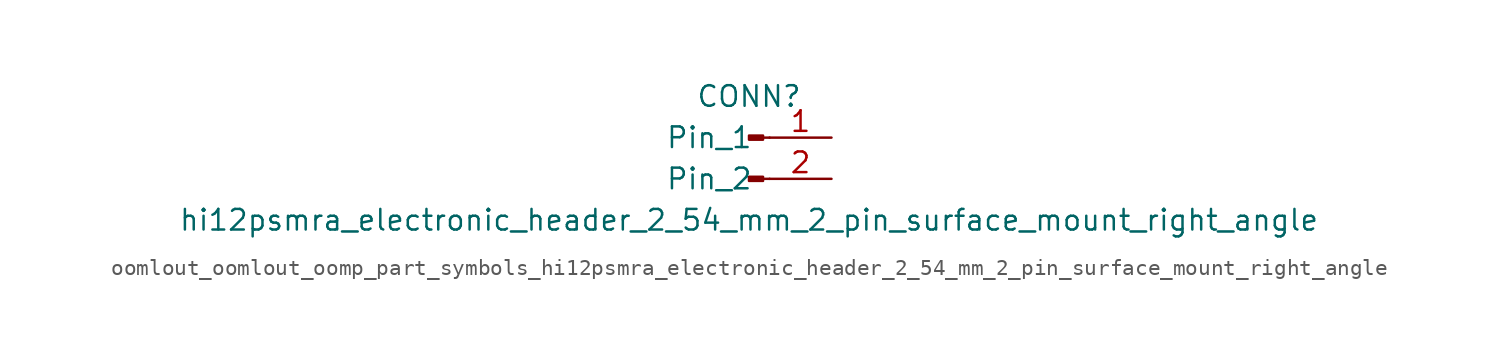
<source format=kicad_sym>
(kicad_symbol_lib
  (version 20220914)
  (generator kicad_symbol_editor)
  (symbol "oomlout_oomlout_oomp_part_symbols_hi12psmra_electronic_header_2_54_mm_2_pin_surface_mount_right_angle"
    (pin_names
      (offset 1.016))
    (property "Reference" "CONN"
      (at 0 2.54 0)
      (effects (font (size 1.27 1.27))))
    (property "Value" "hi12psmra_electronic_header_2_54_mm_2_pin_surface_mount_right_angle"
      (at 0 -5.08 0)
      (effects (font (size 1.27 1.27))))
    (property "ki_locked" ""
      (at 0 0 0)
      (effects (font (size 1.27 1.27))))
    (symbol "oomlout_oomlout_oomp_part_symbols_hi12psmra_electronic_header_2_54_mm_2_pin_surface_mount_right_angle_1_1"
      (polyline (pts (xy 1.27 -2.54) (xy 0.864 -2.54)) (stroke (width 0.152) (type default)) (fill (type none)))
      (polyline (pts (xy 1.27 0) (xy 0.864 0)) (stroke (width 0.152) (type default)) (fill (type none)))
      (rectangle (start 0.864 -2.413) (end 0 -2.667) (stroke (width 0.152) (type default)) (fill (type outline)))
      (rectangle (start 0.864 0.127) (end 0 -0.127) (stroke (width 0.152) (type default)) (fill (type outline)))
      (pin passive line (at 5.08 0 180) (length 3.81) (name "Pin_1" (effects (font (size 1.27 1.27)))) (number "1" (effects (font (size 1.27 1.27)))))
      (pin passive line (at 5.08 -2.54 180) (length 3.81) (name "Pin_2" (effects (font (size 1.27 1.27)))) (number "2" (effects (font (size 1.27 1.27))))))))
</source>
